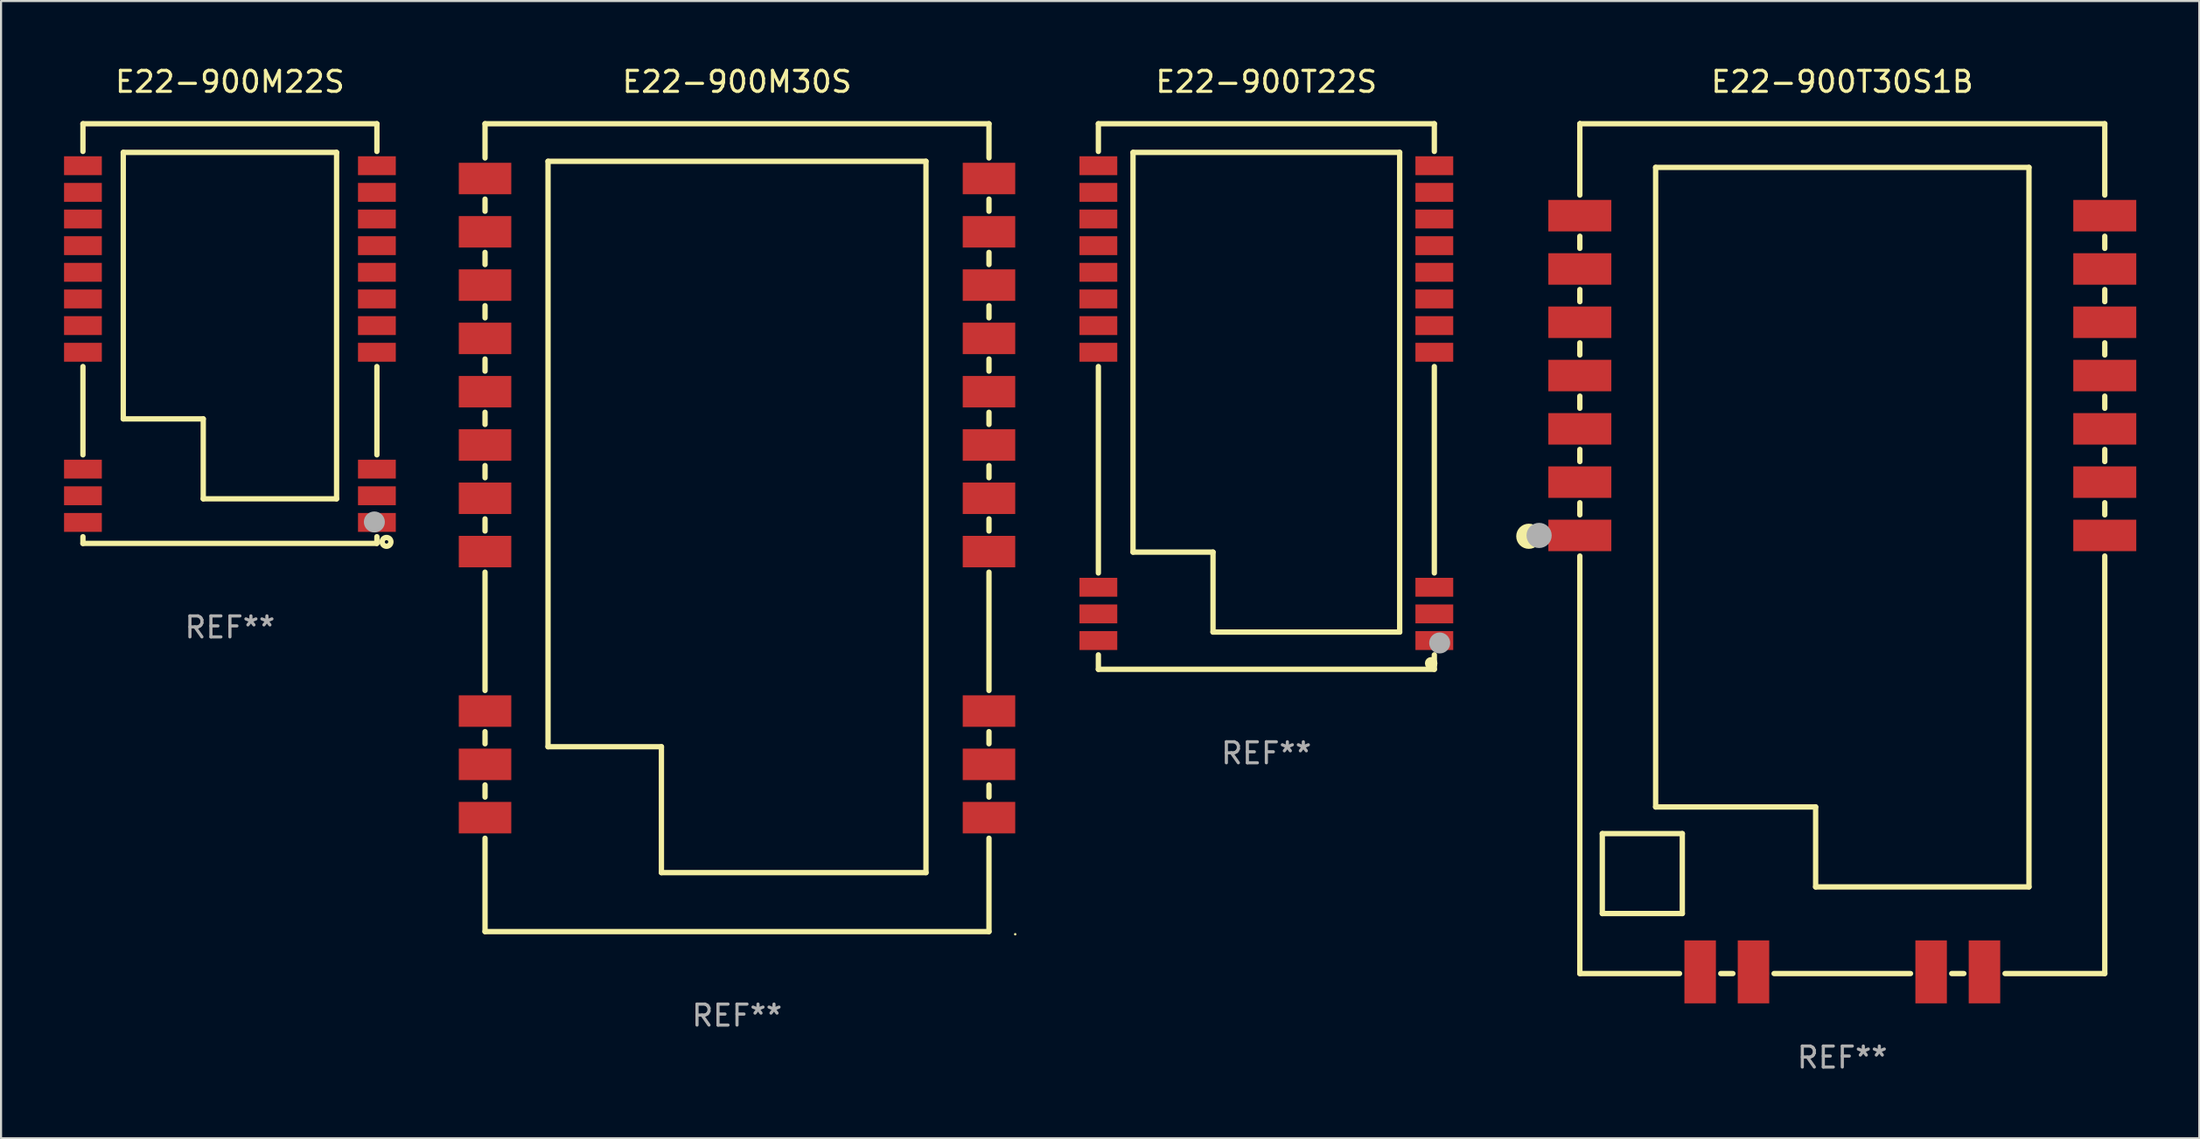
<source format=kicad_pcb>
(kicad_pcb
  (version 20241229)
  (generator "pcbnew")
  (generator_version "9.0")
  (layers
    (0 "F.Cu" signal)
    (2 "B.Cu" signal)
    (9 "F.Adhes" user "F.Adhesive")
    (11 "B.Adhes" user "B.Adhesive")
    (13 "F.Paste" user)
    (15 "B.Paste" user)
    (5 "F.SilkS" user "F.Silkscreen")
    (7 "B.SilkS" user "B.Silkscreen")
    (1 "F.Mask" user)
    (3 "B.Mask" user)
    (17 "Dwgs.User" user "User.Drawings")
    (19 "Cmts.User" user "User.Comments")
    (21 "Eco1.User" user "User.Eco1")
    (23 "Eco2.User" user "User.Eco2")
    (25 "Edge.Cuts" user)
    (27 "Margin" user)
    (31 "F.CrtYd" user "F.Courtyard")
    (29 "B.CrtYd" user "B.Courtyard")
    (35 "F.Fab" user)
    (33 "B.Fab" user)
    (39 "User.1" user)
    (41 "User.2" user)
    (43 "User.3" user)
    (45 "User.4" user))
  (footprint "E22-900M30S"
    (layer "F.Cu")
    (at 32.05 22.098)
    (property "Reference" "E22-900M30S" (at 0 -21.25 0) (layer "F.SilkS") (effects (font (size 1 1) (thickness 0.15))))
    (attr through_hole)
    (fp_line (start -12 -19.25) (end -12 -17.621) (stroke (width 0.254) (type solid)) (layer "F.SilkS"))
    (fp_line (start -12 -19.25) (end 12 -19.25) (stroke (width 0.254) (type solid)) (layer "F.SilkS"))
    (fp_line (start -12 -15.659) (end -12 -15.081) (stroke (width 0.254) (type solid)) (layer "F.SilkS"))
    (fp_line (start -12 -13.119) (end -12 -12.541) (stroke (width 0.254) (type solid)) (layer "F.SilkS"))
    (fp_line (start -12 -10.579) (end -12 -10.001) (stroke (width 0.254) (type solid)) (layer "F.SilkS"))
    (fp_line (start -12 -8.039) (end -12 -7.461) (stroke (width 0.254) (type solid)) (layer "F.SilkS"))
    (fp_line (start -12 -5.499) (end -12 -4.921) (stroke (width 0.254) (type solid)) (layer "F.SilkS"))
    (fp_line (start -12 -2.959) (end -12 -2.381) (stroke (width 0.254) (type solid)) (layer "F.SilkS"))
    (fp_line (start -12 -0.419) (end -12 0.159) (stroke (width 0.254) (type solid)) (layer "F.SilkS"))
    (fp_line (start -12 2.121) (end -12 7.759) (stroke (width 0.254) (type solid)) (layer "F.SilkS"))
    (fp_line (start -12 9.721) (end -12 10.299) (stroke (width 0.254) (type solid)) (layer "F.SilkS"))
    (fp_line (start -12 12.261) (end -12 12.839) (stroke (width 0.254) (type solid)) (layer "F.SilkS"))
    (fp_line (start -12 14.801) (end -12 19.25) (stroke (width 0.254) (type solid)) (layer "F.SilkS"))
    (fp_line (start -12 19.25) (end 12 19.25) (stroke (width 0.254) (type solid)) (layer "F.SilkS"))
    (fp_line (start -9 -17.46) (end 9 -17.46) (stroke (width 0.254) (type solid)) (layer "F.SilkS"))
    (fp_line (start -9 10.44) (end -9 -17.46) (stroke (width 0.254) (type solid)) (layer "F.SilkS"))
    (fp_line (start -3.6 10.44) (end -9 10.44) (stroke (width 0.254) (type solid)) (layer "F.SilkS"))
    (fp_line (start -3.6 16.44) (end -3.6 10.44) (stroke (width 0.254) (type solid)) (layer "F.SilkS"))
    (fp_line (start 9 -17.46) (end 9 16.44) (stroke (width 0.254) (type solid)) (layer "F.SilkS"))
    (fp_line (start 9 16.44) (end -3.6 16.44) (stroke (width 0.254) (type solid)) (layer "F.SilkS"))
    (fp_line (start 12 -19.25) (end 12 -17.621) (stroke (width 0.254) (type solid)) (layer "F.SilkS"))
    (fp_line (start 12 -15.659) (end 12 -15.081) (stroke (width 0.254) (type solid)) (layer "F.SilkS"))
    (fp_line (start 12 -13.119) (end 12 -12.541) (stroke (width 0.254) (type solid)) (layer "F.SilkS"))
    (fp_line (start 12 -10.579) (end 12 -10.001) (stroke (width 0.254) (type solid)) (layer "F.SilkS"))
    (fp_line (start 12 -8.039) (end 12 -7.461) (stroke (width 0.254) (type solid)) (layer "F.SilkS"))
    (fp_line (start 12 -5.499) (end 12 -4.921) (stroke (width 0.254) (type solid)) (layer "F.SilkS"))
    (fp_line (start 12 -2.959) (end 12 -2.381) (stroke (width 0.254) (type solid)) (layer "F.SilkS"))
    (fp_line (start 12 -0.419) (end 12 0.159) (stroke (width 0.254) (type solid)) (layer "F.SilkS"))
    (fp_line (start 12 2.121) (end 12 7.759) (stroke (width 0.254) (type solid)) (layer "F.SilkS"))
    (fp_line (start 12 9.721) (end 12 10.299) (stroke (width 0.254) (type solid)) (layer "F.SilkS"))
    (fp_line (start 12 12.261) (end 12 12.839) (stroke (width 0.254) (type solid)) (layer "F.SilkS"))
    (fp_line (start 12 14.801) (end 12 19.25) (stroke (width 0.254) (type solid)) (layer "F.SilkS"))
    (fp_circle (center 13.25 19.377) (end 13.28 19.377) (stroke (width 0.06) (type solid)) (fill no) (layer "F.SilkS"))
    (fp_text user "REF**" (at 0 23.25 0) (layer "F.Fab") (effects (font (size 1 1) (thickness 0.15))))
    (pad "1" smd rect (at 12 13.82) (size 2.5 1.5) (layers "F.Cu" "F.Mask" "F.Paste"))
    (pad "2" smd rect (at 12 11.28) (size 2.5 1.5) (layers "F.Cu" "F.Mask" "F.Paste"))
    (pad "3" smd rect (at 12 8.74) (size 2.5 1.5) (layers "F.Cu" "F.Mask" "F.Paste"))
    (pad "4" smd rect (at 12 1.14) (size 2.5 1.5) (layers "F.Cu" "F.Mask" "F.Paste"))
    (pad "5" smd rect (at 12 -1.4) (size 2.5 1.5) (layers "F.Cu" "F.Mask" "F.Paste"))
    (pad "6" smd rect (at 12 -3.94) (size 2.5 1.5) (layers "F.Cu" "F.Mask" "F.Paste"))
    (pad "7" smd rect (at 12 -6.48) (size 2.5 1.5) (layers "F.Cu" "F.Mask" "F.Paste"))
    (pad "8" smd rect (at 12 -9.02) (size 2.5 1.5) (layers "F.Cu" "F.Mask" "F.Paste"))
    (pad "9" smd rect (at 12 -11.56) (size 2.5 1.5) (layers "F.Cu" "F.Mask" "F.Paste"))
    (pad "10" smd rect (at 12 -14.1) (size 2.5 1.5) (layers "F.Cu" "F.Mask" "F.Paste"))
    (pad "11" smd rect (at 12 -16.64) (size 2.5 1.5) (layers "F.Cu" "F.Mask" "F.Paste"))
    (pad "12" smd rect (at -12 -16.64) (size 2.5 1.5) (layers "F.Cu" "F.Mask" "F.Paste"))
    (pad "13" smd rect (at -12 -14.1) (size 2.5 1.5) (layers "F.Cu" "F.Mask" "F.Paste"))
    (pad "14" smd rect (at -12 -11.56) (size 2.5 1.5) (layers "F.Cu" "F.Mask" "F.Paste"))
    (pad "15" smd rect (at -12 -9.02) (size 2.5 1.5) (layers "F.Cu" "F.Mask" "F.Paste"))
    (pad "16" smd rect (at -12 -6.48) (size 2.5 1.5) (layers "F.Cu" "F.Mask" "F.Paste"))
    (pad "17" smd rect (at -12 -3.94) (size 2.5 1.5) (layers "F.Cu" "F.Mask" "F.Paste"))
    (pad "18" smd rect (at -12 -1.4) (size 2.5 1.5) (layers "F.Cu" "F.Mask" "F.Paste"))
    (pad "19" smd rect (at -12 1.14) (size 2.5 1.5) (layers "F.Cu" "F.Mask" "F.Paste"))
    (pad "20" smd rect (at -12 8.74) (size 2.5 1.5) (layers "F.Cu" "F.Mask" "F.Paste"))
    (pad "21" smd rect (at -12 11.28) (size 2.5 1.5) (layers "F.Cu" "F.Mask" "F.Paste"))
    (pad "22" smd rect (at -12 13.82) (size 2.5 1.5) (layers "F.Cu" "F.Mask" "F.Paste")))
  (footprint "E22-900M22S"
    (layer "F.Cu")
    (at 7.9 12.848)
    (property "Reference" "E22-900M22S" (at 0 -12 0) (layer "F.SilkS") (effects (font (size 1 1) (thickness 0.15))))
    (attr through_hole)
    (fp_line (start -7 -10) (end -7 -8.681) (stroke (width 0.254) (type solid)) (layer "F.SilkS"))
    (fp_line (start -7 -10) (end 7 -10) (stroke (width 0.254) (type solid)) (layer "F.SilkS"))
    (fp_line (start -7 1.571) (end -7 5.779) (stroke (width 0.254) (type solid)) (layer "F.SilkS"))
    (fp_line (start -7 9.681) (end -7 10) (stroke (width 0.254) (type solid)) (layer "F.SilkS"))
    (fp_line (start -7 10) (end 6.985 10) (stroke (width 0.254) (type solid)) (layer "F.SilkS"))
    (fp_line (start -5.08 -8.635) (end 5.08 -8.635) (stroke (width 0.254) (type solid)) (layer "F.SilkS"))
    (fp_line (start -5.08 4.065) (end -5.08 -8.635) (stroke (width 0.254) (type solid)) (layer "F.SilkS"))
    (fp_line (start -1.27 4.065) (end -5.08 4.065) (stroke (width 0.254) (type solid)) (layer "F.SilkS"))
    (fp_line (start -1.27 7.875) (end -1.27 4.065) (stroke (width 0.254) (type solid)) (layer "F.SilkS"))
    (fp_line (start 5.08 -8.635) (end 5.08 7.875) (stroke (width 0.254) (type solid)) (layer "F.SilkS"))
    (fp_line (start 5.08 7.875) (end -1.27 7.875) (stroke (width 0.254) (type solid)) (layer "F.SilkS"))
    (fp_line (start 7 -10) (end 7 -8.681) (stroke (width 0.254) (type solid)) (layer "F.SilkS"))
    (fp_line (start 7 1.571) (end 7 5.779) (stroke (width 0.254) (type solid)) (layer "F.SilkS"))
    (fp_line (start 7 9.681) (end 7 10) (stroke (width 0.254) (type solid)) (layer "F.SilkS"))
    (fp_circle (center 7 10) (end 7.03 10) (stroke (width 0.06) (type solid)) (fill no) (layer "F.SilkS"))
    (fp_circle (center 7.458 9.927) (end 7.54 9.927) (stroke (width 0.254) (type solid)) (fill no) (layer "F.SilkS"))
    (fp_circle (center 6.879 8.978) (end 7.129 8.978) (stroke (width 0.5) (type solid)) (fill no) (layer "F.Fab"))
    (fp_text user "REF**" (at 0 14 0) (layer "F.Fab") (effects (font (size 1 1) (thickness 0.15))))
    (pad "1" smd rect (at 7 9) (size 1.8 0.9) (layers "F.Cu" "F.Mask" "F.Paste"))
    (pad "2" smd rect (at 7 7.73) (size 1.8 0.9) (layers "F.Cu" "F.Mask" "F.Paste"))
    (pad "3" smd rect (at 7 6.46) (size 1.8 0.9) (layers "F.Cu" "F.Mask" "F.Paste"))
    (pad "4" smd rect (at 7 0.89) (size 1.8 0.9) (layers "F.Cu" "F.Mask" "F.Paste"))
    (pad "5" smd rect (at 7 -0.38) (size 1.8 0.9) (layers "F.Cu" "F.Mask" "F.Paste"))
    (pad "6" smd rect (at 7 -1.65) (size 1.8 0.9) (layers "F.Cu" "F.Mask" "F.Paste"))
    (pad "7" smd rect (at 7 -2.92) (size 1.8 0.9) (layers "F.Cu" "F.Mask" "F.Paste"))
    (pad "8" smd rect (at 7 -4.19) (size 1.8 0.9) (layers "F.Cu" "F.Mask" "F.Paste"))
    (pad "9" smd rect (at 7 -5.46) (size 1.8 0.9) (layers "F.Cu" "F.Mask" "F.Paste"))
    (pad "10" smd rect (at 7 -6.73) (size 1.8 0.9) (layers "F.Cu" "F.Mask" "F.Paste"))
    (pad "11" smd rect (at 7 -8) (size 1.8 0.9) (layers "F.Cu" "F.Mask" "F.Paste"))
    (pad "12" smd rect (at -7 -8) (size 1.8 0.9) (layers "F.Cu" "F.Mask" "F.Paste"))
    (pad "13" smd rect (at -7 -6.73) (size 1.8 0.9) (layers "F.Cu" "F.Mask" "F.Paste"))
    (pad "14" smd rect (at -7 -5.46) (size 1.8 0.9) (layers "F.Cu" "F.Mask" "F.Paste"))
    (pad "15" smd rect (at -7 -4.19) (size 1.8 0.9) (layers "F.Cu" "F.Mask" "F.Paste"))
    (pad "16" smd rect (at -7 -2.92) (size 1.8 0.9) (layers "F.Cu" "F.Mask" "F.Paste"))
    (pad "17" smd rect (at -7 -1.65) (size 1.8 0.9) (layers "F.Cu" "F.Mask" "F.Paste"))
    (pad "18" smd rect (at -7 -0.38) (size 1.8 0.9) (layers "F.Cu" "F.Mask" "F.Paste"))
    (pad "19" smd rect (at -7 0.89) (size 1.8 0.9) (layers "F.Cu" "F.Mask" "F.Paste"))
    (pad "20" smd rect (at -7 6.46) (size 1.8 0.9) (layers "F.Cu" "F.Mask" "F.Paste"))
    (pad "21" smd rect (at -7 7.73) (size 1.8 0.9) (layers "F.Cu" "F.Mask" "F.Paste"))
    (pad "22" smd rect (at -7 9) (size 1.8 0.9) (layers "F.Cu" "F.Mask" "F.Paste")))
  (footprint "E22-900T30S1B"
    (layer "F.Cu")
    (at 84.69 23.098)
    (property "Reference" "E22-900T30S1B" (at 0 -22.25 0) (layer "F.SilkS") (effects (font (size 1 1) (thickness 0.15))))
    (attr through_hole)
    (fp_line (start -12.5 -20.25) (end -12.5 -16.851) (stroke (width 0.254) (type solid)) (layer "F.SilkS"))
    (fp_line (start -12.5 -20.25) (end 12.5 -20.25) (stroke (width 0.254) (type solid)) (layer "F.SilkS"))
    (fp_line (start -12.5 -14.889) (end -12.5 -14.311) (stroke (width 0.254) (type solid)) (layer "F.SilkS"))
    (fp_line (start -12.5 -12.349) (end -12.5 -11.771) (stroke (width 0.254) (type solid)) (layer "F.SilkS"))
    (fp_line (start -12.5 -9.809) (end -12.5 -9.231) (stroke (width 0.254) (type solid)) (layer "F.SilkS"))
    (fp_line (start -12.5 -7.269) (end -12.5 -6.691) (stroke (width 0.254) (type solid)) (layer "F.SilkS"))
    (fp_line (start -12.5 -4.729) (end -12.5 -4.151) (stroke (width 0.254) (type solid)) (layer "F.SilkS"))
    (fp_line (start -12.5 -2.189) (end -12.5 -1.611) (stroke (width 0.254) (type solid)) (layer "F.SilkS"))
    (fp_line (start -12.5 0.351) (end -12.5 20.25) (stroke (width 0.254) (type solid)) (layer "F.SilkS"))
    (fp_line (start -12.5 20.25) (end -7.751 20.25) (stroke (width 0.254) (type solid)) (layer "F.SilkS"))
    (fp_line (start -11.43 13.58) (end -7.62 13.58) (stroke (width 0.254) (type solid)) (layer "F.SilkS"))
    (fp_line (start -11.43 17.39) (end -11.43 13.58) (stroke (width 0.254) (type solid)) (layer "F.SilkS"))
    (fp_line (start -8.89 -18.17) (end 8.89 -18.17) (stroke (width 0.254) (type solid)) (layer "F.SilkS"))
    (fp_line (start -8.89 12.31) (end -8.89 -18.17) (stroke (width 0.254) (type solid)) (layer "F.SilkS"))
    (fp_line (start -7.62 13.58) (end -7.62 17.39) (stroke (width 0.254) (type solid)) (layer "F.SilkS"))
    (fp_line (start -7.62 17.39) (end -11.43 17.39) (stroke (width 0.254) (type solid)) (layer "F.SilkS"))
    (fp_line (start -5.789 20.25) (end -5.211 20.25) (stroke (width 0.254) (type solid)) (layer "F.SilkS"))
    (fp_line (start -3.249 20.25) (end 3.249 20.25) (stroke (width 0.254) (type solid)) (layer "F.SilkS"))
    (fp_line (start -1.27 12.31) (end -8.89 12.31) (stroke (width 0.254) (type solid)) (layer "F.SilkS"))
    (fp_line (start -1.27 16.12) (end -1.27 12.31) (stroke (width 0.254) (type solid)) (layer "F.SilkS"))
    (fp_line (start 5.211 20.25) (end 5.789 20.25) (stroke (width 0.254) (type solid)) (layer "F.SilkS"))
    (fp_line (start 7.751 20.25) (end 12.5 20.25) (stroke (width 0.254) (type solid)) (layer "F.SilkS"))
    (fp_line (start 8.89 -18.17) (end 8.89 16.12) (stroke (width 0.254) (type solid)) (layer "F.SilkS"))
    (fp_line (start 8.89 16.12) (end -1.27 16.12) (stroke (width 0.254) (type solid)) (layer "F.SilkS"))
    (fp_line (start 12.5 -20.25) (end 12.5 -16.851) (stroke (width 0.254) (type solid)) (layer "F.SilkS"))
    (fp_line (start 12.5 -14.889) (end 12.5 -14.311) (stroke (width 0.254) (type solid)) (layer "F.SilkS"))
    (fp_line (start 12.5 -12.349) (end 12.5 -11.771) (stroke (width 0.254) (type solid)) (layer "F.SilkS"))
    (fp_line (start 12.5 -9.809) (end 12.5 -9.231) (stroke (width 0.254) (type solid)) (layer "F.SilkS"))
    (fp_line (start 12.5 -7.269) (end 12.5 -6.691) (stroke (width 0.254) (type solid)) (layer "F.SilkS"))
    (fp_line (start 12.5 -4.729) (end 12.5 -4.151) (stroke (width 0.254) (type solid)) (layer "F.SilkS"))
    (fp_line (start 12.5 -2.189) (end 12.5 -1.611) (stroke (width 0.254) (type solid)) (layer "F.SilkS"))
    (fp_line (start 12.5 0.351) (end 12.5 20.25) (stroke (width 0.254) (type solid)) (layer "F.SilkS"))
    (fp_circle (center -14.93 -0.59) (end -14.63 -0.59) (stroke (width 0.6) (type solid)) (fill no) (layer "F.SilkS"))
    (fp_circle (center -12.5 -20.33) (end -12.47 -20.33) (stroke (width 0.06) (type solid)) (fill no) (layer "F.SilkS"))
    (fp_circle (center -14.44 -0.63) (end -14.14 -0.63) (stroke (width 0.6) (type solid)) (fill no) (layer "F.Fab"))
    (fp_text user "REF**" (at 0 24.25 0) (layer "F.Fab") (effects (font (size 1 1) (thickness 0.15))))
    (pad "1" smd rect (at -12.5 -0.63 90) (size 1.5 3) (layers "F.Cu" "F.Mask" "F.Paste"))
    (pad "2" smd rect (at -12.5 -3.17 90) (size 1.5 3) (layers "F.Cu" "F.Mask" "F.Paste"))
    (pad "3" smd rect (at -12.5 -5.71 90) (size 1.5 3) (layers "F.Cu" "F.Mask" "F.Paste"))
    (pad "4" smd rect (at -12.5 -8.25 90) (size 1.5 3) (layers "F.Cu" "F.Mask" "F.Paste"))
    (pad "5" smd rect (at -12.5 -10.79 90) (size 1.5 3) (layers "F.Cu" "F.Mask" "F.Paste"))
    (pad "6" smd rect (at -12.5 -13.33 90) (size 1.5 3) (layers "F.Cu" "F.Mask" "F.Paste"))
    (pad "7" smd rect (at -12.5 -15.87 90) (size 1.5 3) (layers "F.Cu" "F.Mask" "F.Paste"))
    (pad "8" smd rect (at 12.5 -15.87 90) (size 1.5 3) (layers "F.Cu" "F.Mask" "F.Paste"))
    (pad "9" smd rect (at 12.5 -13.33 90) (size 1.5 3) (layers "F.Cu" "F.Mask" "F.Paste"))
    (pad "10" smd rect (at 12.5 -10.79 90) (size 1.5 3) (layers "F.Cu" "F.Mask" "F.Paste"))
    (pad "11" smd rect (at 12.5 -8.25 90) (size 1.5 3) (layers "F.Cu" "F.Mask" "F.Paste"))
    (pad "12" smd rect (at 12.5 -5.71 90) (size 1.5 3) (layers "F.Cu" "F.Mask" "F.Paste"))
    (pad "13" smd rect (at 12.5 -3.17 90) (size 1.5 3) (layers "F.Cu" "F.Mask" "F.Paste"))
    (pad "14" smd rect (at 12.5 -0.63 90) (size 1.5 3) (layers "F.Cu" "F.Mask" "F.Paste"))
    (pad "15" smd rect (at 6.77 20.17 180) (size 1.5 3) (layers "F.Cu" "F.Mask" "F.Paste"))
    (pad "16" smd rect (at 4.23 20.17 180) (size 1.5 3) (layers "F.Cu" "F.Mask" "F.Paste"))
    (pad "17" smd rect (at -4.23 20.17 180) (size 1.5 3) (layers "F.Cu" "F.Mask" "F.Paste"))
    (pad "18" smd rect (at -6.77 20.17 180) (size 1.5 3) (layers "F.Cu" "F.Mask" "F.Paste")))
  (footprint "E22-900T22S"
    (layer "F.Cu")
    (at 57.26 15.848)
    (property "Reference" "E22-900T22S" (at 0 -15 0) (layer "F.SilkS") (effects (font (size 1 1) (thickness 0.15))))
    (attr through_hole)
    (fp_line (start -8 -13) (end -8 -11.681) (stroke (width 0.254) (type solid)) (layer "F.SilkS"))
    (fp_line (start -8 -13) (end 8 -13) (stroke (width 0.254) (type solid)) (layer "F.SilkS"))
    (fp_line (start -8 -1.429) (end -8 8.409) (stroke (width 0.254) (type solid)) (layer "F.SilkS"))
    (fp_line (start -8 12.311) (end -8 13) (stroke (width 0.254) (type solid)) (layer "F.SilkS"))
    (fp_line (start -8 13) (end 8 13) (stroke (width 0.254) (type solid)) (layer "F.SilkS"))
    (fp_line (start -6.35 -11.635) (end 6.35 -11.635) (stroke (width 0.254) (type solid)) (layer "F.SilkS"))
    (fp_line (start -6.35 7.415) (end -6.35 -11.635) (stroke (width 0.254) (type solid)) (layer "F.SilkS"))
    (fp_line (start -2.54 7.415) (end -6.35 7.415) (stroke (width 0.254) (type solid)) (layer "F.SilkS"))
    (fp_line (start -2.54 11.225) (end -2.54 7.415) (stroke (width 0.254) (type solid)) (layer "F.SilkS"))
    (fp_line (start 6.35 -11.635) (end 6.35 11.225) (stroke (width 0.254) (type solid)) (layer "F.SilkS"))
    (fp_line (start 6.35 11.225) (end -2.54 11.225) (stroke (width 0.254) (type solid)) (layer "F.SilkS"))
    (fp_line (start 8 -13) (end 8 -11.681) (stroke (width 0.254) (type solid)) (layer "F.SilkS"))
    (fp_line (start 8 -1.429) (end 8 8.409) (stroke (width 0.254) (type solid)) (layer "F.SilkS"))
    (fp_line (start 8 12.311) (end 8 13) (stroke (width 0.254) (type solid)) (layer "F.SilkS"))
    (fp_circle (center 7.85 12.715) (end 8 12.715) (stroke (width 0.3) (type solid)) (fill no) (layer "F.SilkS"))
    (fp_circle (center 8.255 11.745) (end 8.505 11.745) (stroke (width 0.5) (type solid)) (fill no) (layer "F.Fab"))
    (fp_text user "REF**" (at 0 17 0) (layer "F.Fab") (effects (font (size 1 1) (thickness 0.15))))
    (pad "1" smd rect (at 8 11.63) (size 1.8 0.9) (layers "F.Cu" "F.Mask" "F.Paste"))
    (pad "2" smd rect (at 8 10.36) (size 1.8 0.9) (layers "F.Cu" "F.Mask" "F.Paste"))
    (pad "3" smd rect (at 8 9.09) (size 1.8 0.9) (layers "F.Cu" "F.Mask" "F.Paste"))
    (pad "4" smd rect (at 8 -2.11) (size 1.8 0.9) (layers "F.Cu" "F.Mask" "F.Paste"))
    (pad "5" smd rect (at 8 -3.38) (size 1.8 0.9) (layers "F.Cu" "F.Mask" "F.Paste"))
    (pad "6" smd rect (at 8 -4.65) (size 1.8 0.9) (layers "F.Cu" "F.Mask" "F.Paste"))
    (pad "7" smd rect (at 8 -5.92) (size 1.8 0.9) (layers "F.Cu" "F.Mask" "F.Paste"))
    (pad "8" smd rect (at 8 -7.19) (size 1.8 0.9) (layers "F.Cu" "F.Mask" "F.Paste"))
    (pad "9" smd rect (at 8 -8.46) (size 1.8 0.9) (layers "F.Cu" "F.Mask" "F.Paste"))
    (pad "10" smd rect (at 8 -9.73) (size 1.8 0.9) (layers "F.Cu" "F.Mask" "F.Paste"))
    (pad "11" smd rect (at 8 -11) (size 1.8 0.9) (layers "F.Cu" "F.Mask" "F.Paste"))
    (pad "12" smd rect (at -8 -11) (size 1.8 0.9) (layers "F.Cu" "F.Mask" "F.Paste"))
    (pad "13" smd rect (at -8 -9.73) (size 1.8 0.9) (layers "F.Cu" "F.Mask" "F.Paste"))
    (pad "14" smd rect (at -8 -8.46) (size 1.8 0.9) (layers "F.Cu" "F.Mask" "F.Paste"))
    (pad "15" smd rect (at -8 -7.19) (size 1.8 0.9) (layers "F.Cu" "F.Mask" "F.Paste"))
    (pad "16" smd rect (at -8 -5.92) (size 1.8 0.9) (layers "F.Cu" "F.Mask" "F.Paste"))
    (pad "17" smd rect (at -8 -4.65) (size 1.8 0.9) (layers "F.Cu" "F.Mask" "F.Paste"))
    (pad "18" smd rect (at -8 -3.38) (size 1.8 0.9) (layers "F.Cu" "F.Mask" "F.Paste"))
    (pad "19" smd rect (at -8 -2.11) (size 1.8 0.9) (layers "F.Cu" "F.Mask" "F.Paste"))
    (pad "20" smd rect (at -8 9.09) (size 1.8 0.9) (layers "F.Cu" "F.Mask" "F.Paste"))
    (pad "21" smd rect (at -8 10.36) (size 1.8 0.9) (layers "F.Cu" "F.Mask" "F.Paste"))
    (pad "22" smd rect (at -8 11.63) (size 1.8 0.9) (layers "F.Cu" "F.Mask" "F.Paste")))
  (gr_rect
    (start -3 -3)
    (end 101.69 51.197)
    (stroke (width 0.1) (type default))
    (fill no)
    (layer "Edge.Cuts")))
</source>
